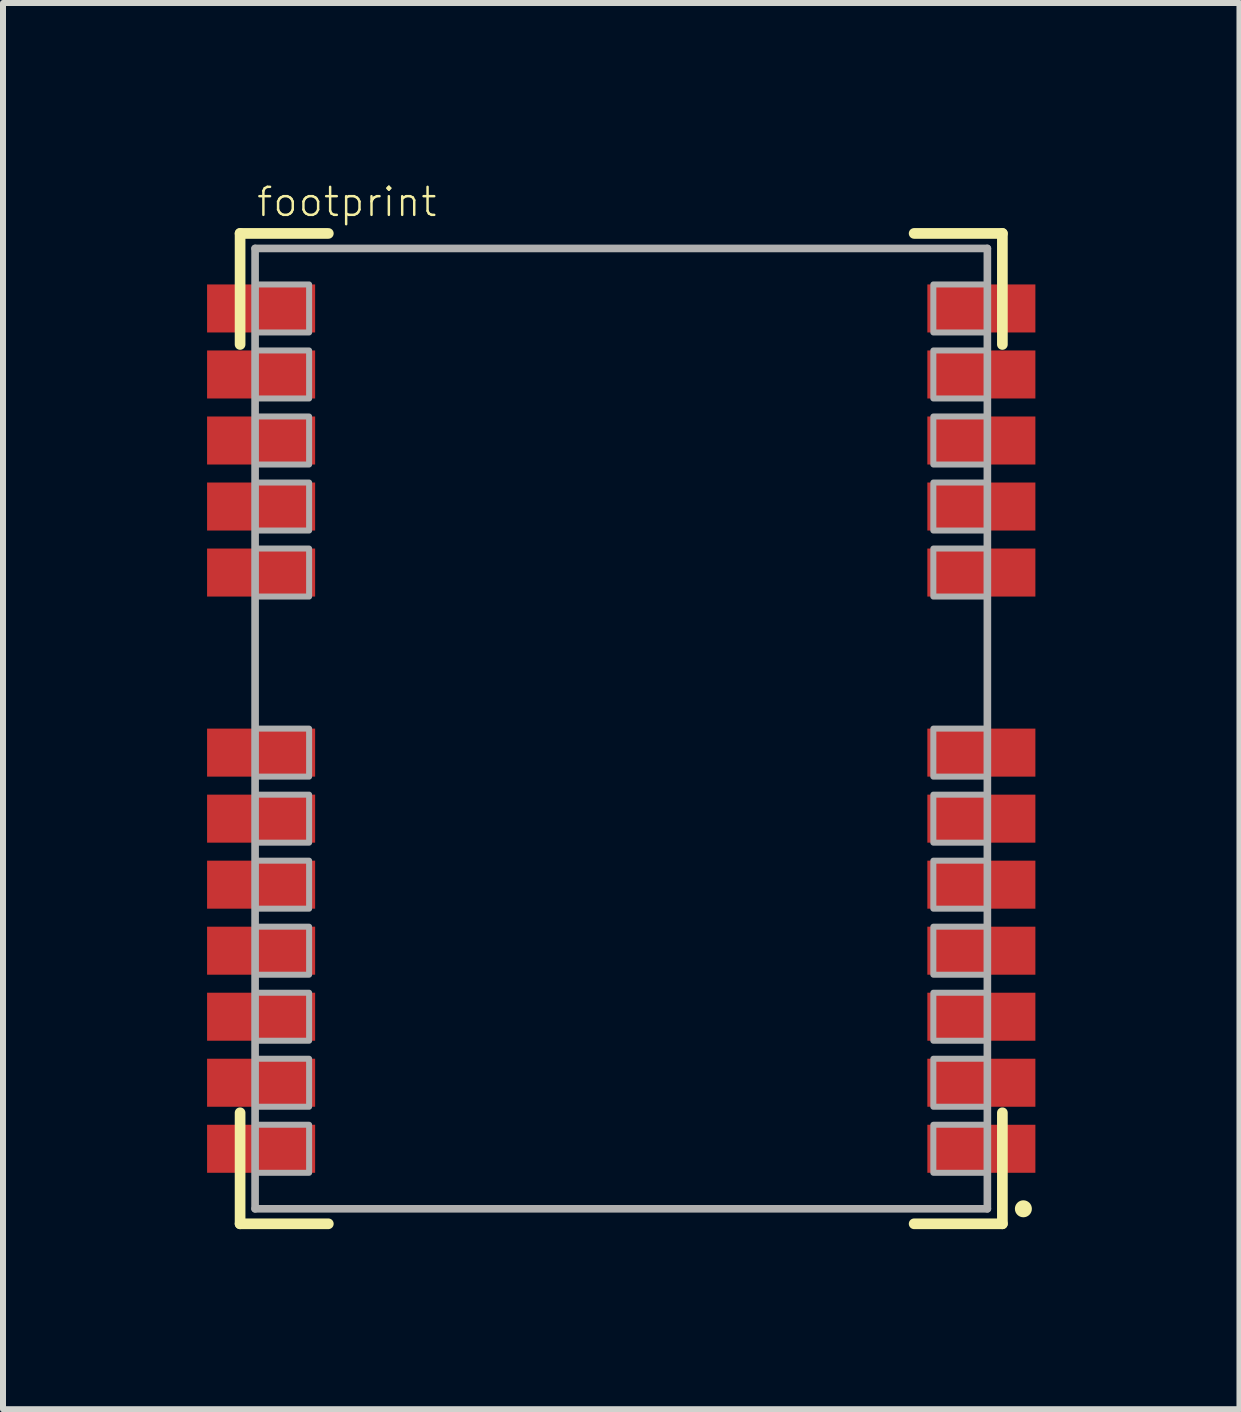
<source format=kicad_pcb>
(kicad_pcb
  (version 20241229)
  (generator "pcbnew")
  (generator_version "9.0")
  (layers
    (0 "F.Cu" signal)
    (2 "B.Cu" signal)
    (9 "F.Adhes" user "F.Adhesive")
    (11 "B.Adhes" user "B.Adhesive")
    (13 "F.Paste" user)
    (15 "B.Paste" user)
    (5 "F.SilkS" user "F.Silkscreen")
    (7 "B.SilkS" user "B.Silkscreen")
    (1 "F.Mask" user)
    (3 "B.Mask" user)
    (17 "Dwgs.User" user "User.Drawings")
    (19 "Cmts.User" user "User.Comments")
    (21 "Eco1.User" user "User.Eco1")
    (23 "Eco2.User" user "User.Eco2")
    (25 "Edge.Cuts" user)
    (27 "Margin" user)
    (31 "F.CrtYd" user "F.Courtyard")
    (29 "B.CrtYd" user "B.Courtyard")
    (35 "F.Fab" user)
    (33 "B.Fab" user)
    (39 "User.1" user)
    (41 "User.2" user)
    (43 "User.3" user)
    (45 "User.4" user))
  (footprint "footprint"
    (layer "F.Cu")
    (at 7.3 9.089)
    (property "Reference" "footprint" (at -6.1 -8.5 0) (layer "F.SilkS") (effects (font (size 0.467 0.467) (thickness 0.041)) (justify left bottom)))
    (fp_line (start -6.35 -8.25) (end -4.88 -8.25) (stroke (width 0.178) (type solid)) (layer "F.SilkS"))
    (fp_line (start -6.35 -6.4) (end -6.35 -8.25) (stroke (width 0.178) (type solid)) (layer "F.SilkS"))
    (fp_line (start -6.35 8.25) (end -6.35 6.4) (stroke (width 0.178) (type solid)) (layer "F.SilkS"))
    (fp_line (start -4.88 8.25) (end -6.35 8.25) (stroke (width 0.178) (type solid)) (layer "F.SilkS"))
    (fp_line (start 4.88 -8.25) (end 6.35 -8.25) (stroke (width 0.178) (type solid)) (layer "F.SilkS"))
    (fp_line (start 6.35 -8.25) (end 6.35 -6.4) (stroke (width 0.178) (type solid)) (layer "F.SilkS"))
    (fp_line (start 6.35 6.4) (end 6.35 8.25) (stroke (width 0.178) (type solid)) (layer "F.SilkS"))
    (fp_line (start 6.35 8.25) (end 4.88 8.25) (stroke (width 0.178) (type solid)) (layer "F.SilkS"))
    (fp_circle (center 6.7 8) (end 6.771 8) (stroke (width 0.141) (type solid)) (fill yes) (layer "F.SilkS"))
    (fp_poly (pts (xy -6.1 -7.4) (xy -7.3 -7.4) (xy -7.3 -6.6) (xy -6.1 -6.6)) (stroke (width 0) (type solid)) (fill yes) (layer "F.Paste"))
    (fp_poly (pts (xy -6.1 -6.3) (xy -7.3 -6.3) (xy -7.3 -5.5) (xy -6.1 -5.5)) (stroke (width 0) (type solid)) (fill yes) (layer "F.Paste"))
    (fp_poly (pts (xy -6.1 -5.2) (xy -7.3 -5.2) (xy -7.3 -4.4) (xy -6.1 -4.4)) (stroke (width 0) (type solid)) (fill yes) (layer "F.Paste"))
    (fp_poly (pts (xy -6.1 -4.1) (xy -7.3 -4.1) (xy -7.3 -3.3) (xy -6.1 -3.3)) (stroke (width 0) (type solid)) (fill yes) (layer "F.Paste"))
    (fp_poly (pts (xy -6.1 -3) (xy -7.3 -3) (xy -7.3 -2.2) (xy -6.1 -2.2)) (stroke (width 0) (type solid)) (fill yes) (layer "F.Paste"))
    (fp_poly (pts (xy -6.1 0) (xy -7.3 0) (xy -7.3 0.8) (xy -6.1 0.8)) (stroke (width 0) (type solid)) (fill yes) (layer "F.Paste"))
    (fp_poly (pts (xy -6.1 1.1) (xy -7.3 1.1) (xy -7.3 1.9) (xy -6.1 1.9)) (stroke (width 0) (type solid)) (fill yes) (layer "F.Paste"))
    (fp_poly (pts (xy -6.1 2.2) (xy -7.3 2.2) (xy -7.3 3) (xy -6.1 3)) (stroke (width 0) (type solid)) (fill yes) (layer "F.Paste"))
    (fp_poly (pts (xy -6.1 3.3) (xy -7.3 3.3) (xy -7.3 4.1) (xy -6.1 4.1)) (stroke (width 0) (type solid)) (fill yes) (layer "F.Paste"))
    (fp_poly (pts (xy -6.1 4.4) (xy -7.3 4.4) (xy -7.3 5.2) (xy -6.1 5.2)) (stroke (width 0) (type solid)) (fill yes) (layer "F.Paste"))
    (fp_poly (pts (xy -6.1 5.5) (xy -7.3 5.5) (xy -7.3 6.3) (xy -6.1 6.3)) (stroke (width 0) (type solid)) (fill yes) (layer "F.Paste"))
    (fp_poly (pts (xy -6.1 6.6) (xy -7.3 6.6) (xy -7.3 7.4) (xy -6.1 7.4)) (stroke (width 0) (type solid)) (fill yes) (layer "F.Paste"))
    (fp_poly (pts (xy -5.2 -7.3) (xy -6.1 -7.3) (xy -6.1 -6.7) (xy -5.2 -6.7)) (stroke (width 0) (type solid)) (fill yes) (layer "F.Paste"))
    (fp_poly (pts (xy -5.2 -6.2) (xy -6.1 -6.2) (xy -6.1 -5.6) (xy -5.2 -5.6)) (stroke (width 0) (type solid)) (fill yes) (layer "F.Paste"))
    (fp_poly (pts (xy -5.2 -5.1) (xy -6.1 -5.1) (xy -6.1 -4.5) (xy -5.2 -4.5)) (stroke (width 0) (type solid)) (fill yes) (layer "F.Paste"))
    (fp_poly (pts (xy -5.2 -4) (xy -6.1 -4) (xy -6.1 -3.4) (xy -5.2 -3.4)) (stroke (width 0) (type solid)) (fill yes) (layer "F.Paste"))
    (fp_poly (pts (xy -5.2 -2.9) (xy -6.1 -2.9) (xy -6.1 -2.3) (xy -5.2 -2.3)) (stroke (width 0) (type solid)) (fill yes) (layer "F.Paste"))
    (fp_poly (pts (xy -5.2 0.1) (xy -6.1 0.1) (xy -6.1 0.7) (xy -5.2 0.7)) (stroke (width 0) (type solid)) (fill yes) (layer "F.Paste"))
    (fp_poly (pts (xy -5.2 1.2) (xy -6.1 1.2) (xy -6.1 1.8) (xy -5.2 1.8)) (stroke (width 0) (type solid)) (fill yes) (layer "F.Paste"))
    (fp_poly (pts (xy -5.2 2.3) (xy -6.1 2.3) (xy -6.1 2.9) (xy -5.2 2.9)) (stroke (width 0) (type solid)) (fill yes) (layer "F.Paste"))
    (fp_poly (pts (xy -5.2 3.4) (xy -6.1 3.4) (xy -6.1 4) (xy -5.2 4)) (stroke (width 0) (type solid)) (fill yes) (layer "F.Paste"))
    (fp_poly (pts (xy -5.2 4.5) (xy -6.1 4.5) (xy -6.1 5.1) (xy -5.2 5.1)) (stroke (width 0) (type solid)) (fill yes) (layer "F.Paste"))
    (fp_poly (pts (xy -5.2 5.6) (xy -6.1 5.6) (xy -6.1 6.2) (xy -5.2 6.2)) (stroke (width 0) (type solid)) (fill yes) (layer "F.Paste"))
    (fp_poly (pts (xy -5.2 6.7) (xy -6.1 6.7) (xy -6.1 7.3) (xy -5.2 7.3)) (stroke (width 0) (type solid)) (fill yes) (layer "F.Paste"))
    (fp_poly (pts (xy 5.2 -6.7) (xy 6.1 -6.7) (xy 6.1 -7.3) (xy 5.2 -7.3)) (stroke (width 0) (type solid)) (fill yes) (layer "F.Paste"))
    (fp_poly (pts (xy 5.2 -5.6) (xy 6.1 -5.6) (xy 6.1 -6.2) (xy 5.2 -6.2)) (stroke (width 0) (type solid)) (fill yes) (layer "F.Paste"))
    (fp_poly (pts (xy 5.2 -4.5) (xy 6.1 -4.5) (xy 6.1 -5.1) (xy 5.2 -5.1)) (stroke (width 0) (type solid)) (fill yes) (layer "F.Paste"))
    (fp_poly (pts (xy 5.2 -3.4) (xy 6.1 -3.4) (xy 6.1 -4) (xy 5.2 -4)) (stroke (width 0) (type solid)) (fill yes) (layer "F.Paste"))
    (fp_poly (pts (xy 5.2 -2.3) (xy 6.1 -2.3) (xy 6.1 -2.9) (xy 5.2 -2.9)) (stroke (width 0) (type solid)) (fill yes) (layer "F.Paste"))
    (fp_poly (pts (xy 5.2 0.7) (xy 6.1 0.7) (xy 6.1 0.1) (xy 5.2 0.1)) (stroke (width 0) (type solid)) (fill yes) (layer "F.Paste"))
    (fp_poly (pts (xy 5.2 1.8) (xy 6.1 1.8) (xy 6.1 1.2) (xy 5.2 1.2)) (stroke (width 0) (type solid)) (fill yes) (layer "F.Paste"))
    (fp_poly (pts (xy 5.2 2.9) (xy 6.1 2.9) (xy 6.1 2.3) (xy 5.2 2.3)) (stroke (width 0) (type solid)) (fill yes) (layer "F.Paste"))
    (fp_poly (pts (xy 5.2 4) (xy 6.1 4) (xy 6.1 3.4) (xy 5.2 3.4)) (stroke (width 0) (type solid)) (fill yes) (layer "F.Paste"))
    (fp_poly (pts (xy 5.2 5.1) (xy 6.1 5.1) (xy 6.1 4.5) (xy 5.2 4.5)) (stroke (width 0) (type solid)) (fill yes) (layer "F.Paste"))
    (fp_poly (pts (xy 5.2 6.2) (xy 6.1 6.2) (xy 6.1 5.6) (xy 5.2 5.6)) (stroke (width 0) (type solid)) (fill yes) (layer "F.Paste"))
    (fp_poly (pts (xy 5.2 7.3) (xy 6.1 7.3) (xy 6.1 6.7) (xy 5.2 6.7)) (stroke (width 0) (type solid)) (fill yes) (layer "F.Paste"))
    (fp_poly (pts (xy 6.1 -6.6) (xy 7.3 -6.6) (xy 7.3 -7.4) (xy 6.1 -7.4)) (stroke (width 0) (type solid)) (fill yes) (layer "F.Paste"))
    (fp_poly (pts (xy 6.1 -5.5) (xy 7.3 -5.5) (xy 7.3 -6.3) (xy 6.1 -6.3)) (stroke (width 0) (type solid)) (fill yes) (layer "F.Paste"))
    (fp_poly (pts (xy 6.1 -4.4) (xy 7.3 -4.4) (xy 7.3 -5.2) (xy 6.1 -5.2)) (stroke (width 0) (type solid)) (fill yes) (layer "F.Paste"))
    (fp_poly (pts (xy 6.1 -3.3) (xy 7.3 -3.3) (xy 7.3 -4.1) (xy 6.1 -4.1)) (stroke (width 0) (type solid)) (fill yes) (layer "F.Paste"))
    (fp_poly (pts (xy 6.1 -2.2) (xy 7.3 -2.2) (xy 7.3 -3) (xy 6.1 -3)) (stroke (width 0) (type solid)) (fill yes) (layer "F.Paste"))
    (fp_poly (pts (xy 6.1 0.8) (xy 7.3 0.8) (xy 7.3 0) (xy 6.1 0)) (stroke (width 0) (type solid)) (fill yes) (layer "F.Paste"))
    (fp_poly (pts (xy 6.1 1.9) (xy 7.3 1.9) (xy 7.3 1.1) (xy 6.1 1.1)) (stroke (width 0) (type solid)) (fill yes) (layer "F.Paste"))
    (fp_poly (pts (xy 6.1 3) (xy 7.3 3) (xy 7.3 2.2) (xy 6.1 2.2)) (stroke (width 0) (type solid)) (fill yes) (layer "F.Paste"))
    (fp_poly (pts (xy 6.1 4.1) (xy 7.3 4.1) (xy 7.3 3.3) (xy 6.1 3.3)) (stroke (width 0) (type solid)) (fill yes) (layer "F.Paste"))
    (fp_poly (pts (xy 6.1 5.2) (xy 7.3 5.2) (xy 7.3 4.4) (xy 6.1 4.4)) (stroke (width 0) (type solid)) (fill yes) (layer "F.Paste"))
    (fp_poly (pts (xy 6.1 6.3) (xy 7.3 6.3) (xy 7.3 5.5) (xy 6.1 5.5)) (stroke (width 0) (type solid)) (fill yes) (layer "F.Paste"))
    (fp_poly (pts (xy 6.1 7.4) (xy 7.3 7.4) (xy 7.3 6.6) (xy 6.1 6.6)) (stroke (width 0) (type solid)) (fill yes) (layer "F.Paste"))
    (fp_line (start -6.1 -8) (end 6.1 -8) (stroke (width 0.127) (type solid)) (layer "F.Fab"))
    (fp_line (start -6.1 8) (end -6.1 -8) (stroke (width 0.127) (type solid)) (layer "F.Fab"))
    (fp_line (start 6.1 -8) (end 6.1 8) (stroke (width 0.127) (type solid)) (layer "F.Fab"))
    (fp_line (start 6.1 8) (end -6.1 8) (stroke (width 0.127) (type solid)) (layer "F.Fab"))
    (fp_poly (pts (xy -6.1 -6.6) (xy -5.2 -6.6) (xy -5.2 -7.4) (xy -6.1 -7.4)) (stroke (width 0.1) (type solid)) (fill no) (layer "F.Fab"))
    (fp_poly (pts (xy -6.1 -5.5) (xy -5.2 -5.5) (xy -5.2 -6.3) (xy -6.1 -6.3)) (stroke (width 0.1) (type solid)) (fill no) (layer "F.Fab"))
    (fp_poly (pts (xy -6.1 -4.4) (xy -5.2 -4.4) (xy -5.2 -5.2) (xy -6.1 -5.2)) (stroke (width 0.1) (type solid)) (fill no) (layer "F.Fab"))
    (fp_poly (pts (xy -6.1 -3.3) (xy -5.2 -3.3) (xy -5.2 -4.1) (xy -6.1 -4.1)) (stroke (width 0.1) (type solid)) (fill no) (layer "F.Fab"))
    (fp_poly (pts (xy -6.1 -2.2) (xy -5.2 -2.2) (xy -5.2 -3) (xy -6.1 -3)) (stroke (width 0.1) (type solid)) (fill no) (layer "F.Fab"))
    (fp_poly (pts (xy -6.1 0.8) (xy -5.2 0.8) (xy -5.2 0) (xy -6.1 0)) (stroke (width 0.1) (type solid)) (fill no) (layer "F.Fab"))
    (fp_poly (pts (xy -6.1 1.9) (xy -5.2 1.9) (xy -5.2 1.1) (xy -6.1 1.1)) (stroke (width 0.1) (type solid)) (fill no) (layer "F.Fab"))
    (fp_poly (pts (xy -6.1 3) (xy -5.2 3) (xy -5.2 2.2) (xy -6.1 2.2)) (stroke (width 0.1) (type solid)) (fill no) (layer "F.Fab"))
    (fp_poly (pts (xy -6.1 4.1) (xy -5.2 4.1) (xy -5.2 3.3) (xy -6.1 3.3)) (stroke (width 0.1) (type solid)) (fill no) (layer "F.Fab"))
    (fp_poly (pts (xy -6.1 5.2) (xy -5.2 5.2) (xy -5.2 4.4) (xy -6.1 4.4)) (stroke (width 0.1) (type solid)) (fill no) (layer "F.Fab"))
    (fp_poly (pts (xy -6.1 6.3) (xy -5.2 6.3) (xy -5.2 5.5) (xy -6.1 5.5)) (stroke (width 0.1) (type solid)) (fill no) (layer "F.Fab"))
    (fp_poly (pts (xy -6.1 7.4) (xy -5.2 7.4) (xy -5.2 6.6) (xy -6.1 6.6)) (stroke (width 0.1) (type solid)) (fill no) (layer "F.Fab"))
    (fp_poly (pts (xy 5.2 -6.6) (xy 6.1 -6.6) (xy 6.1 -7.4) (xy 5.2 -7.4)) (stroke (width 0.1) (type solid)) (fill no) (layer "F.Fab"))
    (fp_poly (pts (xy 5.2 -5.5) (xy 6.1 -5.5) (xy 6.1 -6.3) (xy 5.2 -6.3)) (stroke (width 0.1) (type solid)) (fill no) (layer "F.Fab"))
    (fp_poly (pts (xy 5.2 -4.4) (xy 6.1 -4.4) (xy 6.1 -5.2) (xy 5.2 -5.2)) (stroke (width 0.1) (type solid)) (fill no) (layer "F.Fab"))
    (fp_poly (pts (xy 5.2 -3.3) (xy 6.1 -3.3) (xy 6.1 -4.1) (xy 5.2 -4.1)) (stroke (width 0.1) (type solid)) (fill no) (layer "F.Fab"))
    (fp_poly (pts (xy 5.2 -2.2) (xy 6.1 -2.2) (xy 6.1 -3) (xy 5.2 -3)) (stroke (width 0.1) (type solid)) (fill no) (layer "F.Fab"))
    (fp_poly (pts (xy 5.2 0.8) (xy 6.1 0.8) (xy 6.1 0) (xy 5.2 0)) (stroke (width 0.1) (type solid)) (fill no) (layer "F.Fab"))
    (fp_poly (pts (xy 5.2 1.9) (xy 6.1 1.9) (xy 6.1 1.1) (xy 5.2 1.1)) (stroke (width 0.1) (type solid)) (fill no) (layer "F.Fab"))
    (fp_poly (pts (xy 5.2 3) (xy 6.1 3) (xy 6.1 2.2) (xy 5.2 2.2)) (stroke (width 0.1) (type solid)) (fill no) (layer "F.Fab"))
    (fp_poly (pts (xy 5.2 4.1) (xy 6.1 4.1) (xy 6.1 3.3) (xy 5.2 3.3)) (stroke (width 0.1) (type solid)) (fill no) (layer "F.Fab"))
    (fp_poly (pts (xy 5.2 5.2) (xy 6.1 5.2) (xy 6.1 4.4) (xy 5.2 4.4)) (stroke (width 0.1) (type solid)) (fill no) (layer "F.Fab"))
    (fp_poly (pts (xy 5.2 6.3) (xy 6.1 6.3) (xy 6.1 5.5) (xy 5.2 5.5)) (stroke (width 0.1) (type solid)) (fill no) (layer "F.Fab"))
    (fp_poly (pts (xy 5.2 7.4) (xy 6.1 7.4) (xy 6.1 6.6) (xy 5.2 6.6)) (stroke (width 0.1) (type solid)) (fill no) (layer "F.Fab"))
    (pad "1" smd rect (at 6 7) (size 1.8 0.8) (layers "F.Cu" "F.Mask"))
    (pad "2" smd rect (at 6 5.9) (size 1.8 0.8) (layers "F.Cu" "F.Mask"))
    (pad "3" smd rect (at 6 4.8) (size 1.8 0.8) (layers "F.Cu" "F.Mask"))
    (pad "4" smd rect (at 6 3.7) (size 1.8 0.8) (layers "F.Cu" "F.Mask"))
    (pad "5" smd rect (at 6 2.6) (size 1.8 0.8) (layers "F.Cu" "F.Mask"))
    (pad "6" smd rect (at 6 1.5) (size 1.8 0.8) (layers "F.Cu" "F.Mask"))
    (pad "7" smd rect (at 6 0.4) (size 1.8 0.8) (layers "F.Cu" "F.Mask"))
    (pad "8" smd rect (at 6 -2.6) (size 1.8 0.8) (layers "F.Cu" "F.Mask"))
    (pad "9" smd rect (at 6 -3.7) (size 1.8 0.8) (layers "F.Cu" "F.Mask"))
    (pad "10" smd rect (at 6 -4.8) (size 1.8 0.8) (layers "F.Cu" "F.Mask"))
    (pad "11" smd rect (at 6 -5.9) (size 1.8 0.8) (layers "F.Cu" "F.Mask"))
    (pad "12" smd rect (at 6 -7) (size 1.8 0.8) (layers "F.Cu" "F.Mask"))
    (pad "13" smd rect (at -6 -7 180) (size 1.8 0.8) (layers "F.Cu" "F.Mask"))
    (pad "14" smd rect (at -6 -5.9 180) (size 1.8 0.8) (layers "F.Cu" "F.Mask"))
    (pad "15" smd rect (at -6 -4.8 180) (size 1.8 0.8) (layers "F.Cu" "F.Mask"))
    (pad "16" smd rect (at -6 -3.7 180) (size 1.8 0.8) (layers "F.Cu" "F.Mask"))
    (pad "17" smd rect (at -6 -2.6 180) (size 1.8 0.8) (layers "F.Cu" "F.Mask"))
    (pad "18" smd rect (at -6 0.4 180) (size 1.8 0.8) (layers "F.Cu" "F.Mask"))
    (pad "19" smd rect (at -6 1.5 180) (size 1.8 0.8) (layers "F.Cu" "F.Mask"))
    (pad "20" smd rect (at -6 2.6 180) (size 1.8 0.8) (layers "F.Cu" "F.Mask"))
    (pad "21" smd rect (at -6 3.7 180) (size 1.8 0.8) (layers "F.Cu" "F.Mask"))
    (pad "22" smd rect (at -6 4.8 180) (size 1.8 0.8) (layers "F.Cu" "F.Mask"))
    (pad "23" smd rect (at -6 5.9 180) (size 1.8 0.8) (layers "F.Cu" "F.Mask"))
    (pad "24" smd rect (at -6 7 180) (size 1.8 0.8) (layers "F.Cu" "F.Mask")))
  (gr_rect
    (start -3 -3)
    (end 17.6 20.428)
    (stroke (width 0.1) (type default))
    (fill no)
    (layer "Edge.Cuts")))
</source>
